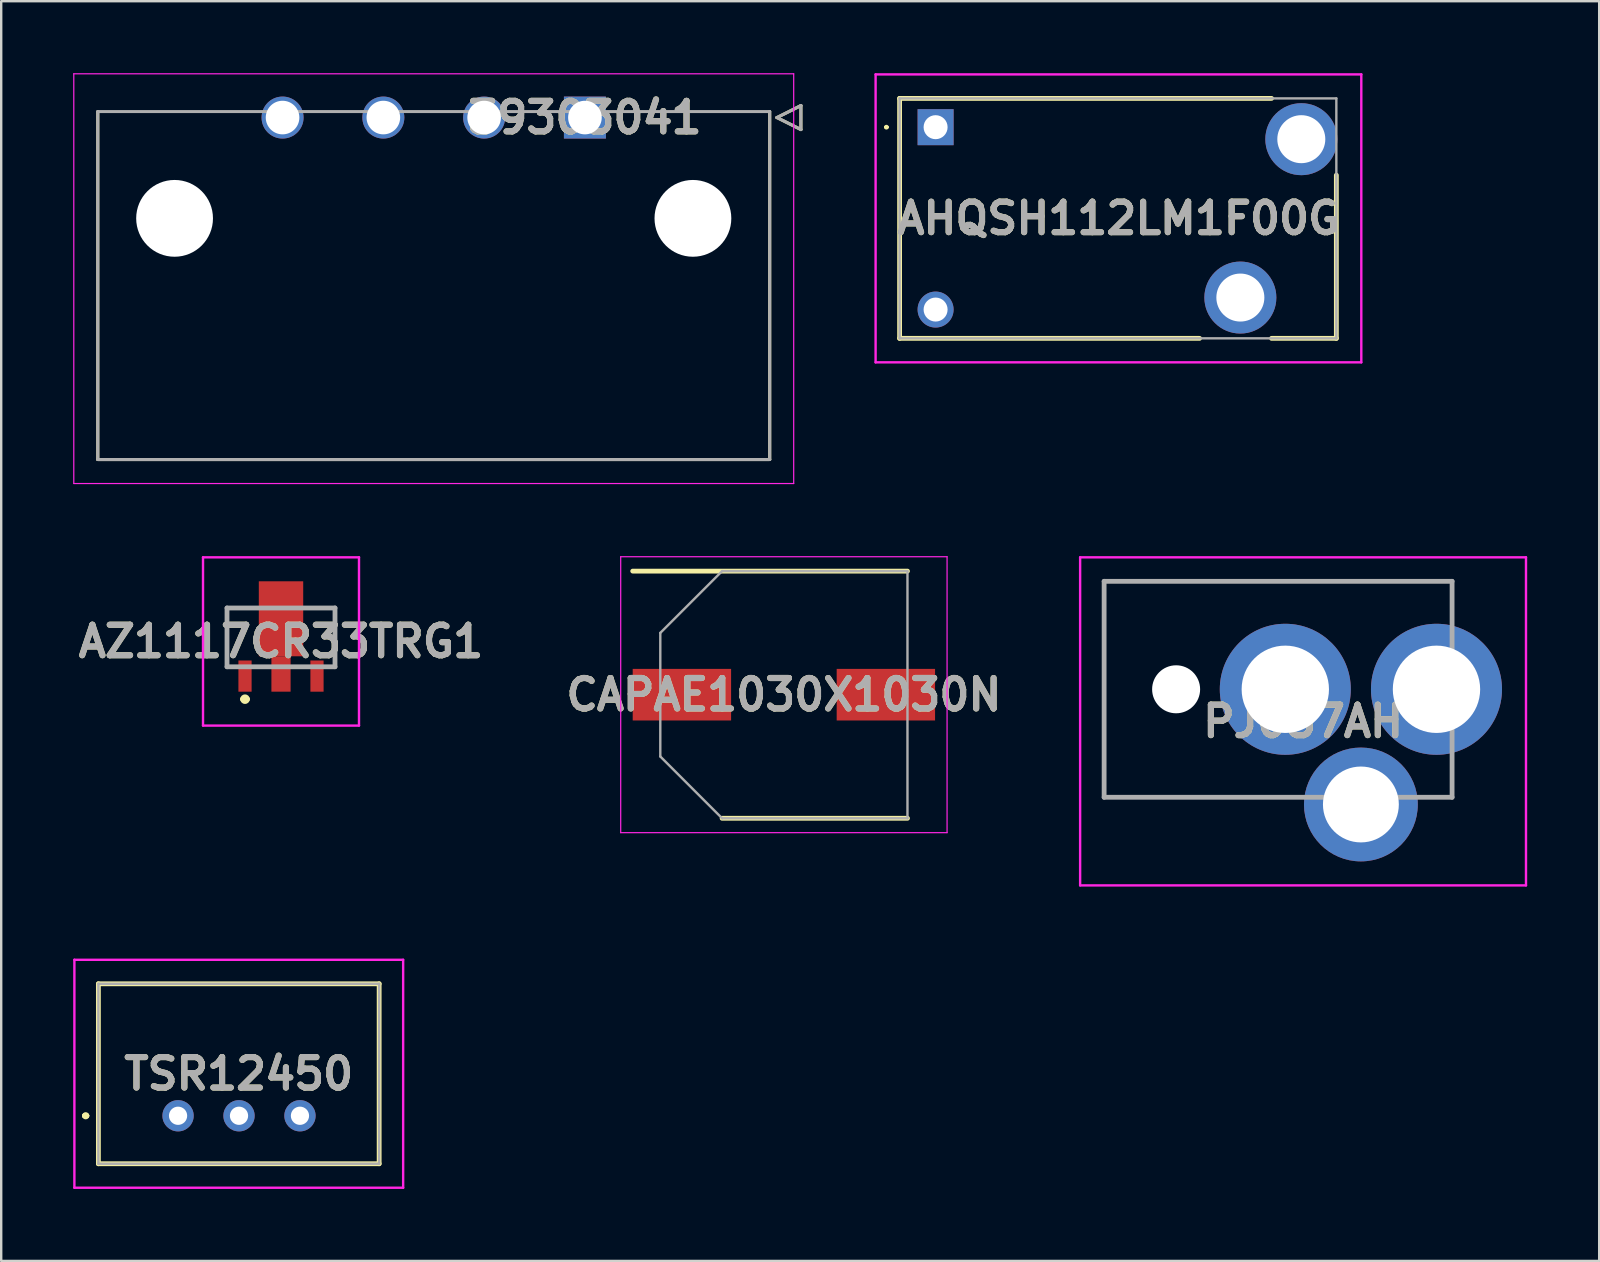
<source format=kicad_pcb>
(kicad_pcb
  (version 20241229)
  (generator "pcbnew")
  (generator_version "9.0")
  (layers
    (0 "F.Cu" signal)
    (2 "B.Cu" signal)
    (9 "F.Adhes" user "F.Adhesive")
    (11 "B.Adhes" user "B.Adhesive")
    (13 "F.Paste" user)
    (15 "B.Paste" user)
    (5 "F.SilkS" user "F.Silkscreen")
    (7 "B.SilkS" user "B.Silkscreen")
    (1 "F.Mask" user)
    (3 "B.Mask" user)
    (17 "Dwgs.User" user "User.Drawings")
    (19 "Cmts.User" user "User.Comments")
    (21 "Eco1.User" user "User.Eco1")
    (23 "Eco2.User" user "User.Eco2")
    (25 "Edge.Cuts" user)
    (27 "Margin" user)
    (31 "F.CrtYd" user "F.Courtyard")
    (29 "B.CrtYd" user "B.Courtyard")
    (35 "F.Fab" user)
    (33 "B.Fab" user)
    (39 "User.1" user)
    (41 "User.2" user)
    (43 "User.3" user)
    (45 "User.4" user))
  (footprint "AZ1117CR33TRG1"
    (layer "F.Cu")
    (at 8.66 22.286)
    (property "Reference" "AZ1117CR33TRG1" (at 0 1.394 0) (layer "F.SilkS") (effects (font (size 1.27 1.27) (thickness 0.254))))
    (attr smd)
    (fp_line (start -2.25 0) (end -2.25 2.45) (stroke (width 0.1) (type solid)) (layer "F.SilkS"))
    (fp_line (start -1.6 3.8) (end -1.6 3.8) (stroke (width 0.2) (type solid)) (layer "F.SilkS"))
    (fp_line (start -1.5 0) (end -2.25 0) (stroke (width 0.1) (type solid)) (layer "F.SilkS"))
    (fp_line (start -1.4 3.8) (end -1.4 3.8) (stroke (width 0.2) (type solid)) (layer "F.SilkS"))
    (fp_line (start 1.5 0) (end 2.25 0) (stroke (width 0.1) (type solid)) (layer "F.SilkS"))
    (fp_line (start 2.25 0) (end 2.25 2.45) (stroke (width 0.1) (type solid)) (layer "F.SilkS"))
    (fp_arc (start -1.6 3.8) (mid -1.5 3.7) (end -1.4 3.8) (stroke (width 0.2) (type solid)) (layer "F.SilkS"))
    (fp_arc (start -1.4 3.8) (mid -1.5 3.9) (end -1.6 3.8) (stroke (width 0.2) (type solid)) (layer "F.SilkS"))
    (fp_line (start -3.25 -2.112) (end 3.25 -2.112) (stroke (width 0.1) (type solid)) (layer "F.CrtYd"))
    (fp_line (start -3.25 4.9) (end -3.25 -2.112) (stroke (width 0.1) (type solid)) (layer "F.CrtYd"))
    (fp_line (start 3.25 -2.112) (end 3.25 4.9) (stroke (width 0.1) (type solid)) (layer "F.CrtYd"))
    (fp_line (start 3.25 4.9) (end -3.25 4.9) (stroke (width 0.1) (type solid)) (layer "F.CrtYd"))
    (fp_line (start -2.25 0) (end 2.25 0) (stroke (width 0.2) (type solid)) (layer "F.Fab"))
    (fp_line (start -2.25 2.45) (end -2.25 0) (stroke (width 0.2) (type solid)) (layer "F.Fab"))
    (fp_line (start 2.25 0) (end 2.25 2.45) (stroke (width 0.2) (type solid)) (layer "F.Fab"))
    (fp_line (start 2.25 2.45) (end -2.25 2.45) (stroke (width 0.2) (type solid)) (layer "F.Fab"))
    (fp_text user "${REFERENCE}" (at 0 1.394 0) (layer "F.Fab") (effects (font (size 1.27 1.27) (thickness 0.254))))
    (pad "1" smd rect (at -1.5 2.838) (size 0.55 1.3) (layers "F.Cu" "F.Mask" "F.Paste"))
    (pad "2" smd rect (at 0 2.75) (size 0.8 1.475) (layers "F.Cu" "F.Mask" "F.Paste"))
    (pad "3" smd rect (at 1.5 2.838) (size 0.55 1.3) (layers "F.Cu" "F.Mask" "F.Paste"))
    (pad "4" smd rect (at 0 0.45) (size 1.85 3.125) (layers "F.Cu" "F.Mask" "F.Paste")))
  (footprint "CAPAE1030X1030N"
    (layer "F.Cu")
    (at 29.616 25.899)
    (property "Reference" "CAPAE1030X1030N" (at 0 0 0) (layer "F.SilkS") (effects (font (size 1.27 1.27) (thickness 0.254))))
    (attr smd)
    (fp_line (start -6.3 -5.15) (end 5.15 -5.15) (stroke (width 0.2) (type solid)) (layer "F.SilkS"))
    (fp_line (start -2.575 5.15) (end 5.15 5.15) (stroke (width 0.2) (type solid)) (layer "F.SilkS"))
    (fp_line (start -6.8 -5.75) (end 6.8 -5.75) (stroke (width 0.05) (type solid)) (layer "F.CrtYd"))
    (fp_line (start -6.8 5.75) (end -6.8 -5.75) (stroke (width 0.05) (type solid)) (layer "F.CrtYd"))
    (fp_line (start 6.8 -5.75) (end 6.8 5.75) (stroke (width 0.05) (type solid)) (layer "F.CrtYd"))
    (fp_line (start 6.8 5.75) (end -6.8 5.75) (stroke (width 0.05) (type solid)) (layer "F.CrtYd"))
    (fp_line (start -5.15 -2.575) (end -5.15 2.575) (stroke (width 0.1) (type solid)) (layer "F.Fab"))
    (fp_line (start -5.15 2.575) (end -2.575 5.15) (stroke (width 0.1) (type solid)) (layer "F.Fab"))
    (fp_line (start -2.575 -5.15) (end -5.15 -2.575) (stroke (width 0.1) (type solid)) (layer "F.Fab"))
    (fp_line (start -2.575 5.15) (end 5.15 5.15) (stroke (width 0.1) (type solid)) (layer "F.Fab"))
    (fp_line (start 5.15 -5.15) (end -2.575 -5.15) (stroke (width 0.1) (type solid)) (layer "F.Fab"))
    (fp_line (start 5.15 5.15) (end 5.15 -5.15) (stroke (width 0.1) (type solid)) (layer "F.Fab"))
    (fp_text user "${REFERENCE}" (at 0 0 0) (layer "F.Fab") (effects (font (size 1.27 1.27) (thickness 0.254))))
    (pad "1" smd rect (at -4.25 0 90) (size 2.15 4.1) (layers "F.Cu" "F.Mask" "F.Paste"))
    (pad "2" smd rect (at 4.25 0 90) (size 2.15 4.1) (layers "F.Cu" "F.Mask" "F.Paste")))
  (footprint "PJ057AH"
    (layer "F.Cu")
    (at 56.811 25.674)
    (property "Reference" "PJ057AH" (at -5.56 1.336 0) (layer "F.SilkS") (effects (font (size 1.27 1.27) (thickness 0.254))))
    (attr through_hole)
    (fp_line (start -13.85 -4.5) (end -13.85 4.5) (stroke (width 0.1) (type solid)) (layer "F.SilkS"))
    (fp_line (start -13.85 4.5) (end -5.85 4.5) (stroke (width 0.1) (type solid)) (layer "F.SilkS"))
    (fp_line (start 0.65 -4.5) (end -13.85 -4.5) (stroke (width 0.1) (type solid)) (layer "F.SilkS"))
    (fp_line (start 0.65 -3) (end 0.65 -4.5) (stroke (width 0.1) (type solid)) (layer "F.SilkS"))
    (fp_line (start 0.65 3) (end 0.65 4.5) (stroke (width 0.1) (type solid)) (layer "F.SilkS"))
    (fp_line (start 0.65 4.5) (end 0.15 4.5) (stroke (width 0.1) (type solid)) (layer "F.SilkS"))
    (fp_line (start -14.85 -5.5) (end 3.73 -5.5) (stroke (width 0.1) (type solid)) (layer "F.CrtYd"))
    (fp_line (start -14.85 8.172) (end -14.85 -5.5) (stroke (width 0.1) (type solid)) (layer "F.CrtYd"))
    (fp_line (start 3.73 -5.5) (end 3.73 8.172) (stroke (width 0.1) (type solid)) (layer "F.CrtYd"))
    (fp_line (start 3.73 8.172) (end -14.85 8.172) (stroke (width 0.1) (type solid)) (layer "F.CrtYd"))
    (fp_line (start -13.85 -4.5) (end 0.65 -4.5) (stroke (width 0.2) (type solid)) (layer "F.Fab"))
    (fp_line (start -13.85 4.5) (end -13.85 -4.5) (stroke (width 0.2) (type solid)) (layer "F.Fab"))
    (fp_line (start 0.65 -4.5) (end 0.65 4.5) (stroke (width 0.2) (type solid)) (layer "F.Fab"))
    (fp_line (start 0.65 4.5) (end -13.85 4.5) (stroke (width 0.2) (type solid)) (layer "F.Fab"))
    (fp_text user "${REFERENCE}" (at -5.56 1.336 0) (layer "F.Fab") (effects (font (size 1.27 1.27) (thickness 0.254))))
    (pad "" np_thru_hole circle (at -10.85 0) (size 2 2) (drill 2) (layers "*.Cu" "*.Mask"))
    (pad "1" thru_hole circle (at 0 0) (size 5.46 5.46) (drill 3.64) (layers "*.Cu" "*.Mask"))
    (pad "2" thru_hole circle (at -6.3 0) (size 5.46 5.46) (drill 3.64) (layers "*.Cu" "*.Mask"))
    (pad "3" thru_hole circle (at -3.15 4.8) (size 4.743 4.743) (drill 3.162) (layers "*.Cu" "*.Mask")))
  (footprint "39303041"
    (layer "F.Cu")
    (at 21.325 1.849)
    (property "Reference" "39303041" (at 0 0 0) (layer "F.SilkS") (effects (font (size 1.27 1.27) (thickness 0.254))))
    (attr through_hole)
    (fp_line (start -20.3 14.25) (end -20.3 -0.25) (stroke (width 0.127) (type solid)) (layer "F.SilkS"))
    (fp_line (start 7.7 -0.25) (end 7.7 14.25) (stroke (width 0.127) (type solid)) (layer "F.SilkS"))
    (fp_line (start 7.7 14.25) (end -20.3 14.25) (stroke (width 0.127) (type solid)) (layer "F.SilkS"))
    (fp_line (start 8 0) (end 9 -0.5) (stroke (width 0.127) (type solid)) (layer "F.SilkS"))
    (fp_line (start 9 -0.5) (end 9 0.5) (stroke (width 0.127) (type solid)) (layer "F.SilkS"))
    (fp_line (start 9 0.5) (end 8 0) (stroke (width 0.127) (type solid)) (layer "F.SilkS"))
    (fp_line (start -21.3 -1.824) (end 8.7 -1.824) (stroke (width 0.05) (type solid)) (layer "F.CrtYd"))
    (fp_line (start -21.3 15.25) (end -21.3 -1.824) (stroke (width 0.05) (type solid)) (layer "F.CrtYd"))
    (fp_line (start 8.7 -1.824) (end 8.7 15.25) (stroke (width 0.05) (type solid)) (layer "F.CrtYd"))
    (fp_line (start 8.7 15.25) (end -21.3 15.25) (stroke (width 0.05) (type solid)) (layer "F.CrtYd"))
    (fp_line (start -20.3 -0.25) (end 7.7 -0.25) (stroke (width 0.127) (type solid)) (layer "F.Fab"))
    (fp_line (start -20.3 14.25) (end -20.3 -0.25) (stroke (width 0.127) (type solid)) (layer "F.Fab"))
    (fp_line (start 7.7 -0.25) (end 7.7 14.25) (stroke (width 0.127) (type solid)) (layer "F.Fab"))
    (fp_line (start 7.7 14.25) (end -20.3 14.25) (stroke (width 0.127) (type solid)) (layer "F.Fab"))
    (fp_line (start 8 0) (end 9 -0.5) (stroke (width 0.127) (type solid)) (layer "F.Fab"))
    (fp_line (start 9 -0.5) (end 9 0.5) (stroke (width 0.127) (type solid)) (layer "F.Fab"))
    (fp_line (start 9 0.5) (end 8 0) (stroke (width 0.127) (type solid)) (layer "F.Fab"))
    (fp_text user "${REFERENCE}" (at 0 0 0) (layer "F.Fab") (effects (font (size 1.27 1.27) (thickness 0.254))))
    (pad "" np_thru_hole circle (at -17.1 4.2) (size 3.2 3.2) (drill 3.2) (layers "*.Cu" "*.Mask"))
    (pad "" np_thru_hole circle (at 4.5 4.2) (size 3.2 3.2) (drill 3.2) (layers "*.Cu" "*.Mask"))
    (pad "1" thru_hole rect (at 0 0) (size 1.75 1.75) (drill 1.4) (layers "*.Cu" "*.Mask"))
    (pad "2" thru_hole circle (at -4.2 0) (size 1.75 1.75) (drill 1.4) (layers "*.Cu" "*.Mask"))
    (pad "3" thru_hole circle (at -8.4 0) (size 1.75 1.75) (drill 1.4) (layers "*.Cu" "*.Mask"))
    (pad "4" thru_hole circle (at -12.6 0) (size 1.75 1.75) (drill 1.4) (layers "*.Cu" "*.Mask")))
  (footprint "AHQSH112LM1F00G"
    (layer "F.Cu")
    (at 35.938 2.25)
    (property "Reference" "AHQSH112LM1F00G" (at 7.62 3.8 0) (layer "F.SilkS") (effects (font (size 1.27 1.27) (thickness 0.254))))
    (attr through_hole)
    (fp_line (start -2.1 0) (end -2.1 0) (stroke (width 0.1) (type solid)) (layer "F.SilkS"))
    (fp_line (start -2 0) (end -2 0) (stroke (width 0.1) (type solid)) (layer "F.SilkS"))
    (fp_line (start -1.5 -1.2) (end 14 -1.2) (stroke (width 0.2) (type solid)) (layer "F.SilkS"))
    (fp_line (start -1.5 8.8) (end -1.5 -1.2) (stroke (width 0.2) (type solid)) (layer "F.SilkS"))
    (fp_line (start 11 8.8) (end -1.5 8.8) (stroke (width 0.2) (type solid)) (layer "F.SilkS"))
    (fp_line (start 14 8.8) (end 16.7 8.8) (stroke (width 0.2) (type solid)) (layer "F.SilkS"))
    (fp_line (start 16.7 8.8) (end 16.7 2) (stroke (width 0.2) (type solid)) (layer "F.SilkS"))
    (fp_arc (start -2.1 0) (mid -2.05 -0.05) (end -2 0) (stroke (width 0.1) (type solid)) (layer "F.SilkS"))
    (fp_arc (start -2 0) (mid -2.05 0.05) (end -2.1 0) (stroke (width 0.1) (type solid)) (layer "F.SilkS"))
    (fp_line (start -2.5 -2.2) (end -2.5 9.8) (stroke (width 0.1) (type solid)) (layer "F.CrtYd"))
    (fp_line (start -2.5 9.8) (end 17.74 9.8) (stroke (width 0.1) (type solid)) (layer "F.CrtYd"))
    (fp_line (start 17.74 -2.2) (end -2.5 -2.2) (stroke (width 0.1) (type solid)) (layer "F.CrtYd"))
    (fp_line (start 17.74 9.8) (end 17.74 -2.2) (stroke (width 0.1) (type solid)) (layer "F.CrtYd"))
    (fp_line (start -1.5 -1.2) (end -1.5 8.8) (stroke (width 0.1) (type solid)) (layer "F.Fab"))
    (fp_line (start -1.5 8.8) (end 16.7 8.8) (stroke (width 0.1) (type solid)) (layer "F.Fab"))
    (fp_line (start 16.7 -1.2) (end -1.5 -1.2) (stroke (width 0.1) (type solid)) (layer "F.Fab"))
    (fp_line (start 16.7 8.8) (end 16.7 -1.2) (stroke (width 0.1) (type solid)) (layer "F.Fab"))
    (fp_text user "${REFERENCE}" (at 7.62 3.8 0) (layer "F.Fab") (effects (font (size 1.27 1.27) (thickness 0.254))))
    (pad "1" thru_hole rect (at 0 0) (size 1.5 1.5) (drill 1) (layers "*.Cu" "*.Mask"))
    (pad "2" thru_hole circle (at 0 7.6) (size 1.5 1.5) (drill 1) (layers "*.Cu" "*.Mask"))
    (pad "3" thru_hole circle (at 12.7 7.1) (size 3 3) (drill 2) (layers "*.Cu" "*.Mask"))
    (pad "4" thru_hole circle (at 15.24 0.5) (size 3 3) (drill 2) (layers "*.Cu" "*.Mask")))
  (footprint "TSR12450"
    (layer "F.Cu")
    (at 4.37 43.446)
    (property "Reference" "TSR12450" (at 2.53 -1.75 0) (layer "F.SilkS") (effects (font (size 1.27 1.27) (thickness 0.254))))
    (attr through_hole)
    (fp_line (start -3.9 0) (end -3.9 0) (stroke (width 0.2) (type solid)) (layer "F.SilkS"))
    (fp_line (start -3.9 0) (end -3.8 0) (stroke (width 0.2) (type solid)) (layer "F.SilkS"))
    (fp_line (start -3.8 0) (end -3.8 0) (stroke (width 0.2) (type solid)) (layer "F.SilkS"))
    (fp_line (start -3.32 -5.5) (end 8.38 -5.5) (stroke (width 0.2) (type solid)) (layer "F.SilkS"))
    (fp_line (start -3.32 2) (end -3.32 -5.5) (stroke (width 0.2) (type solid)) (layer "F.SilkS"))
    (fp_line (start 8.38 -5.5) (end 8.38 2) (stroke (width 0.2) (type solid)) (layer "F.SilkS"))
    (fp_line (start 8.38 2) (end -3.32 2) (stroke (width 0.2) (type solid)) (layer "F.SilkS"))
    (fp_arc (start -3.9 0) (mid -3.85 -0.05) (end -3.8 0) (stroke (width 0.2) (type solid)) (layer "F.SilkS"))
    (fp_arc (start -3.8 0) (mid -3.85 0.05) (end -3.9 0) (stroke (width 0.2) (type solid)) (layer "F.SilkS"))
    (fp_line (start -4.32 -6.5) (end -4.32 3) (stroke (width 0.1) (type solid)) (layer "F.CrtYd"))
    (fp_line (start -4.32 3) (end 9.38 3) (stroke (width 0.1) (type solid)) (layer "F.CrtYd"))
    (fp_line (start 9.38 -6.5) (end -4.32 -6.5) (stroke (width 0.1) (type solid)) (layer "F.CrtYd"))
    (fp_line (start 9.38 3) (end 9.38 -6.5) (stroke (width 0.1) (type solid)) (layer "F.CrtYd"))
    (fp_line (start -3.32 -5.5) (end 8.38 -5.5) (stroke (width 0.1) (type solid)) (layer "F.Fab"))
    (fp_line (start -3.32 2) (end -3.32 -5.5) (stroke (width 0.1) (type solid)) (layer "F.Fab"))
    (fp_line (start 8.38 -5.5) (end 8.38 2) (stroke (width 0.1) (type solid)) (layer "F.Fab"))
    (fp_line (start 8.38 2) (end -3.32 2) (stroke (width 0.1) (type solid)) (layer "F.Fab"))
    (fp_text user "${REFERENCE}" (at 2.53 -1.75 0) (layer "F.Fab") (effects (font (size 1.27 1.27) (thickness 0.254))))
    (pad "1" thru_hole circle (at 0 0) (size 1.303 1.303) (drill 0.76) (layers "*.Cu" "*.Mask"))
    (pad "2" thru_hole circle (at 2.54 0) (size 1.303 1.303) (drill 0.76) (layers "*.Cu" "*.Mask"))
    (pad "3" thru_hole circle (at 5.08 0) (size 1.303 1.303) (drill 0.76) (layers "*.Cu" "*.Mask")))
  (gr_rect
    (start -3 -3)
    (end 63.591 49.496)
    (stroke (width 0.1) (type default))
    (fill no)
    (layer "Edge.Cuts")))
</source>
